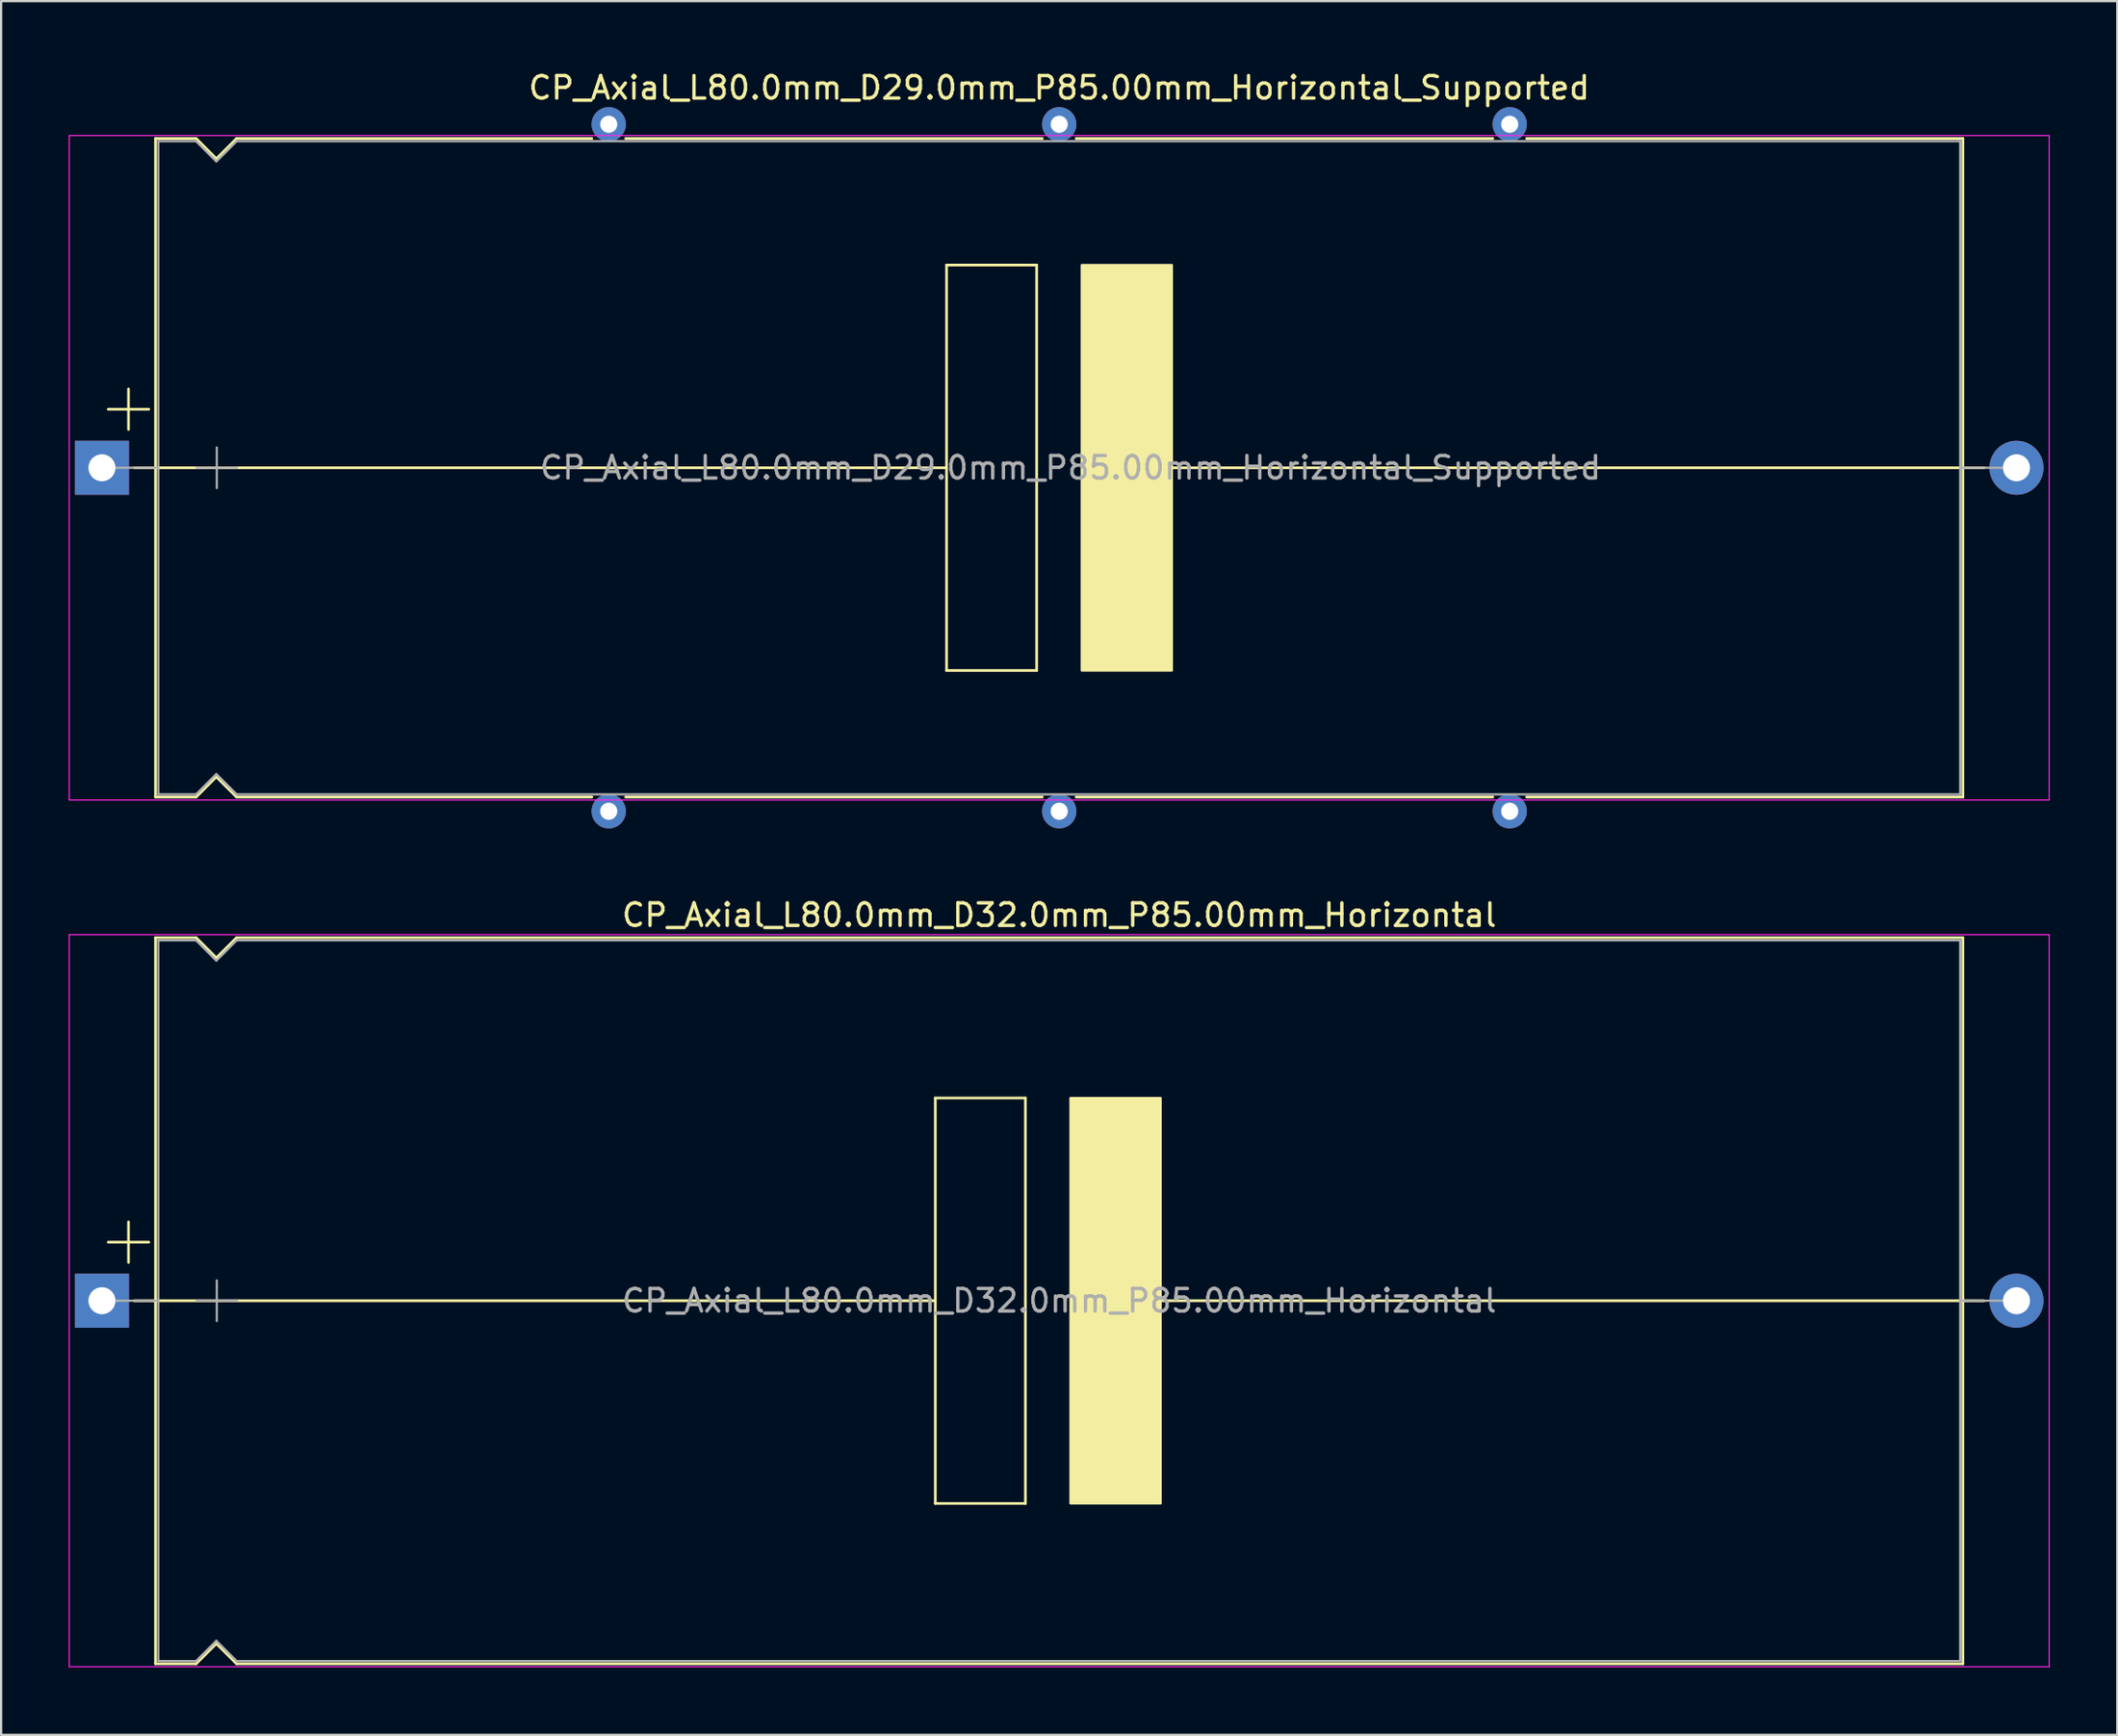
<source format=kicad_pcb>
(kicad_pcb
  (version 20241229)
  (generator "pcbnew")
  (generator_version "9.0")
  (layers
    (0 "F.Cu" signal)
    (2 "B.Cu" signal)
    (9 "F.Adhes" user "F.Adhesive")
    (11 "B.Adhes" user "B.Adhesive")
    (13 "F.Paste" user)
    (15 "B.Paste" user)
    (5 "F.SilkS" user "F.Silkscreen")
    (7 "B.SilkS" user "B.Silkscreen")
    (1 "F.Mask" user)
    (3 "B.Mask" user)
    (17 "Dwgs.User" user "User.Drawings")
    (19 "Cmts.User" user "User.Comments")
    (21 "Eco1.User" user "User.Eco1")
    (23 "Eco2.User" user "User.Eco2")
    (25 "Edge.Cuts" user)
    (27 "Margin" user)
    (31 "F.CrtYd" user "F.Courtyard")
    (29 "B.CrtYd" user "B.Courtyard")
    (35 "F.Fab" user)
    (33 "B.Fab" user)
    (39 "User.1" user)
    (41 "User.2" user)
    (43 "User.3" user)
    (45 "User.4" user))
  (footprint "CP_Axial_L80.0mm_D29.0mm_P85.00mm_Horizontal_Supported"
    (layer "F.Cu")
    (at 1.475 17.718)
    (property "Reference" "CP_Axial_L80.0mm_D29.0mm_P85.00mm_Horizontal_Supported" (at 42.5 -16.87 0) (layer "F.SilkS") (effects (font (size 1 1) (thickness 0.15))))
    (attr through_hole)
    (fp_line (start 0.28 -2.6) (end 2.08 -2.6) (stroke (width 0.12) (type solid)) (layer "F.SilkS"))
    (fp_line (start 1.18 -3.5) (end 1.18 -1.7) (stroke (width 0.12) (type solid)) (layer "F.SilkS"))
    (fp_line (start 1.44 0) (end 2.38 0) (stroke (width 0.12) (type solid)) (layer "F.SilkS"))
    (fp_line (start 2.38 -14.62) (end 2.38 14.62) (stroke (width 0.12) (type solid)) (layer "F.SilkS"))
    (fp_line (start 2.38 -14.62) (end 4.18 -14.62) (stroke (width 0.12) (type solid)) (layer "F.SilkS"))
    (fp_line (start 2.38 0) (end 37.5 0) (stroke (width 0.12) (type solid)) (layer "F.SilkS"))
    (fp_line (start 2.38 14.62) (end 4.18 14.62) (stroke (width 0.12) (type solid)) (layer "F.SilkS"))
    (fp_line (start 4.18 -14.62) (end 5.08 -13.72) (stroke (width 0.12) (type solid)) (layer "F.SilkS"))
    (fp_line (start 4.18 14.62) (end 5.08 13.72) (stroke (width 0.12) (type solid)) (layer "F.SilkS"))
    (fp_line (start 5.08 -13.72) (end 5.98 -14.62) (stroke (width 0.12) (type solid)) (layer "F.SilkS"))
    (fp_line (start 5.08 13.72) (end 5.98 14.62) (stroke (width 0.12) (type solid)) (layer "F.SilkS"))
    (fp_line (start 5.98 -14.62) (end 21.75 -14.62) (stroke (width 0.12) (type solid)) (layer "F.SilkS"))
    (fp_line (start 5.98 14.62) (end 21.75 14.62) (stroke (width 0.12) (type solid)) (layer "F.SilkS"))
    (fp_line (start 23.25 -14.62) (end 41.75 -14.62) (stroke (width 0.12) (type solid)) (layer "F.SilkS"))
    (fp_line (start 23.25 14.62) (end 41.75 14.62) (stroke (width 0.12) (type solid)) (layer "F.SilkS"))
    (fp_line (start 37.5 -9) (end 41.5 -9) (stroke (width 0.12) (type solid)) (layer "F.SilkS"))
    (fp_line (start 37.5 9) (end 37.5 -9) (stroke (width 0.12) (type solid)) (layer "F.SilkS"))
    (fp_line (start 41.5 -9) (end 41.5 9) (stroke (width 0.12) (type solid)) (layer "F.SilkS"))
    (fp_line (start 41.5 9) (end 37.5 9) (stroke (width 0.12) (type solid)) (layer "F.SilkS"))
    (fp_line (start 43.25 -14.62) (end 61.75 -14.62) (stroke (width 0.12) (type solid)) (layer "F.SilkS"))
    (fp_line (start 43.25 14.62) (end 61.75 14.62) (stroke (width 0.12) (type solid)) (layer "F.SilkS"))
    (fp_line (start 47 0) (end 82.62 0) (stroke (width 0.12) (type solid)) (layer "F.SilkS"))
    (fp_line (start 63.25 -14.62) (end 82.62 -14.62) (stroke (width 0.12) (type solid)) (layer "F.SilkS"))
    (fp_line (start 63.25 14.62) (end 82.62 14.62) (stroke (width 0.12) (type solid)) (layer "F.SilkS"))
    (fp_line (start 82.62 -14.62) (end 82.62 14.62) (stroke (width 0.12) (type solid)) (layer "F.SilkS"))
    (fp_line (start 83.56 0) (end 82.62 0) (stroke (width 0.12) (type solid)) (layer "F.SilkS"))
    (fp_poly (pts (xy 47.5 9) (xy 43.5 9) (xy 43.5 -9) (xy 47.5 -9)) (stroke (width 0.1) (type solid)) (fill yes) (layer "F.SilkS"))
    (fp_line (start -1.45 -14.75) (end -1.45 14.75) (stroke (width 0.05) (type solid)) (layer "F.CrtYd"))
    (fp_line (start -1.45 14.75) (end 86.45 14.75) (stroke (width 0.05) (type solid)) (layer "F.CrtYd"))
    (fp_line (start 86.45 -14.75) (end -1.45 -14.75) (stroke (width 0.05) (type solid)) (layer "F.CrtYd"))
    (fp_line (start 86.45 14.75) (end 86.45 -14.75) (stroke (width 0.05) (type solid)) (layer "F.CrtYd"))
    (fp_line (start 0 0) (end 2.5 0) (stroke (width 0.1) (type solid)) (layer "F.Fab"))
    (fp_line (start 2.5 -14.5) (end 2.5 14.5) (stroke (width 0.1) (type solid)) (layer "F.Fab"))
    (fp_line (start 2.5 -14.5) (end 4.18 -14.5) (stroke (width 0.1) (type solid)) (layer "F.Fab"))
    (fp_line (start 2.5 14.5) (end 4.18 14.5) (stroke (width 0.1) (type solid)) (layer "F.Fab"))
    (fp_line (start 4.18 -14.5) (end 5.08 -13.6) (stroke (width 0.1) (type solid)) (layer "F.Fab"))
    (fp_line (start 4.18 14.5) (end 5.08 13.6) (stroke (width 0.1) (type solid)) (layer "F.Fab"))
    (fp_line (start 4.2 0) (end 6 0) (stroke (width 0.1) (type solid)) (layer "F.Fab"))
    (fp_line (start 5.08 -13.6) (end 5.98 -14.5) (stroke (width 0.1) (type solid)) (layer "F.Fab"))
    (fp_line (start 5.08 13.6) (end 5.98 14.5) (stroke (width 0.1) (type solid)) (layer "F.Fab"))
    (fp_line (start 5.1 -0.9) (end 5.1 0.9) (stroke (width 0.1) (type solid)) (layer "F.Fab"))
    (fp_line (start 5.98 -14.5) (end 82.5 -14.5) (stroke (width 0.1) (type solid)) (layer "F.Fab"))
    (fp_line (start 5.98 14.5) (end 82.5 14.5) (stroke (width 0.1) (type solid)) (layer "F.Fab"))
    (fp_line (start 82.5 -14.5) (end 82.5 14.5) (stroke (width 0.1) (type solid)) (layer "F.Fab"))
    (fp_line (start 85 0) (end 82.5 0) (stroke (width 0.1) (type solid)) (layer "F.Fab"))
    (fp_text user "${REFERENCE}" (at 43 0 0) (layer "F.Fab") (effects (font (size 1 1) (thickness 0.15))))
    (pad "" thru_hole circle (at 22.5 -15.25) (size 1.524 1.524) (drill 0.762) (layers "*.Cu" "*.Mask"))
    (pad "" thru_hole circle (at 22.5 15.25) (size 1.524 1.524) (drill 0.762) (layers "*.Cu" "*.Mask"))
    (pad "" thru_hole circle (at 42.5 -15.25) (size 1.524 1.524) (drill 0.762) (layers "*.Cu" "*.Mask"))
    (pad "" thru_hole circle (at 42.5 15.25) (size 1.524 1.524) (drill 0.762) (layers "*.Cu" "*.Mask"))
    (pad "" thru_hole circle (at 62.5 -15.25) (size 1.524 1.524) (drill 0.762) (layers "*.Cu" "*.Mask"))
    (pad "" thru_hole circle (at 62.5 15.25) (size 1.524 1.524) (drill 0.762) (layers "*.Cu" "*.Mask"))
    (pad "1" thru_hole rect (at 0 0) (size 2.4 2.4) (drill 1.2) (layers "*.Cu" "*.Mask"))
    (pad "2" thru_hole oval (at 85 0) (size 2.4 2.4) (drill 1.2) (layers "*.Cu" "*.Mask")))
  (footprint "CP_Axial_L80.0mm_D32.0mm_P85.00mm_Horizontal"
    (layer "F.Cu")
    (at 1.475 54.699)
    (property "Reference" "CP_Axial_L80.0mm_D32.0mm_P85.00mm_Horizontal" (at 42.5 -17.12 0) (layer "F.SilkS") (effects (font (size 1 1) (thickness 0.15))))
    (attr through_hole)
    (fp_line (start 0.28 -2.6) (end 2.08 -2.6) (stroke (width 0.12) (type solid)) (layer "F.SilkS"))
    (fp_line (start 1.18 -3.5) (end 1.18 -1.7) (stroke (width 0.12) (type solid)) (layer "F.SilkS"))
    (fp_line (start 1.44 0) (end 2.38 0) (stroke (width 0.12) (type solid)) (layer "F.SilkS"))
    (fp_line (start 2.38 -16.12) (end 2.38 16.12) (stroke (width 0.12) (type solid)) (layer "F.SilkS"))
    (fp_line (start 2.38 -16.12) (end 4.18 -16.12) (stroke (width 0.12) (type solid)) (layer "F.SilkS"))
    (fp_line (start 2.38 0) (end 37 0) (stroke (width 0.12) (type solid)) (layer "F.SilkS"))
    (fp_line (start 2.38 16.12) (end 4.18 16.12) (stroke (width 0.12) (type solid)) (layer "F.SilkS"))
    (fp_line (start 4.18 -16.12) (end 5.08 -15.22) (stroke (width 0.12) (type solid)) (layer "F.SilkS"))
    (fp_line (start 4.18 16.12) (end 5.08 15.22) (stroke (width 0.12) (type solid)) (layer "F.SilkS"))
    (fp_line (start 5.08 -15.22) (end 5.98 -16.12) (stroke (width 0.12) (type solid)) (layer "F.SilkS"))
    (fp_line (start 5.08 15.22) (end 5.98 16.12) (stroke (width 0.12) (type solid)) (layer "F.SilkS"))
    (fp_line (start 5.98 -16.12) (end 82.62 -16.12) (stroke (width 0.12) (type solid)) (layer "F.SilkS"))
    (fp_line (start 5.98 16.12) (end 82.62 16.12) (stroke (width 0.12) (type solid)) (layer "F.SilkS"))
    (fp_line (start 37 -9) (end 41 -9) (stroke (width 0.12) (type solid)) (layer "F.SilkS"))
    (fp_line (start 37 9) (end 37 -9) (stroke (width 0.12) (type solid)) (layer "F.SilkS"))
    (fp_line (start 41 -9) (end 41 9) (stroke (width 0.12) (type solid)) (layer "F.SilkS"))
    (fp_line (start 41 9) (end 37 9) (stroke (width 0.12) (type solid)) (layer "F.SilkS"))
    (fp_line (start 47 0) (end 82.62 0) (stroke (width 0.12) (type solid)) (layer "F.SilkS"))
    (fp_line (start 82.62 -16.12) (end 82.62 16.12) (stroke (width 0.12) (type solid)) (layer "F.SilkS"))
    (fp_line (start 83.56 0) (end 82.62 0) (stroke (width 0.12) (type solid)) (layer "F.SilkS"))
    (fp_poly (pts (xy 47 9) (xy 43 9) (xy 43 -9) (xy 47 -9)) (stroke (width 0.1) (type solid)) (fill yes) (layer "F.SilkS"))
    (fp_line (start -1.45 -16.25) (end -1.45 16.25) (stroke (width 0.05) (type solid)) (layer "F.CrtYd"))
    (fp_line (start -1.45 16.25) (end 86.45 16.25) (stroke (width 0.05) (type solid)) (layer "F.CrtYd"))
    (fp_line (start 86.45 -16.25) (end -1.45 -16.25) (stroke (width 0.05) (type solid)) (layer "F.CrtYd"))
    (fp_line (start 86.45 16.25) (end 86.45 -16.25) (stroke (width 0.05) (type solid)) (layer "F.CrtYd"))
    (fp_line (start 0 0) (end 2.5 0) (stroke (width 0.1) (type solid)) (layer "F.Fab"))
    (fp_line (start 2.5 -16) (end 2.5 16) (stroke (width 0.1) (type solid)) (layer "F.Fab"))
    (fp_line (start 2.5 -16) (end 4.18 -16) (stroke (width 0.1) (type solid)) (layer "F.Fab"))
    (fp_line (start 2.5 16) (end 4.18 16) (stroke (width 0.1) (type solid)) (layer "F.Fab"))
    (fp_line (start 4.18 -16) (end 5.08 -15.1) (stroke (width 0.1) (type solid)) (layer "F.Fab"))
    (fp_line (start 4.18 16) (end 5.08 15.1) (stroke (width 0.1) (type solid)) (layer "F.Fab"))
    (fp_line (start 4.2 0) (end 6 0) (stroke (width 0.1) (type solid)) (layer "F.Fab"))
    (fp_line (start 5.08 -15.1) (end 5.98 -16) (stroke (width 0.1) (type solid)) (layer "F.Fab"))
    (fp_line (start 5.08 15.1) (end 5.98 16) (stroke (width 0.1) (type solid)) (layer "F.Fab"))
    (fp_line (start 5.1 -0.9) (end 5.1 0.9) (stroke (width 0.1) (type solid)) (layer "F.Fab"))
    (fp_line (start 5.98 -16) (end 82.5 -16) (stroke (width 0.1) (type solid)) (layer "F.Fab"))
    (fp_line (start 5.98 16) (end 82.5 16) (stroke (width 0.1) (type solid)) (layer "F.Fab"))
    (fp_line (start 82.5 -16) (end 82.5 16) (stroke (width 0.1) (type solid)) (layer "F.Fab"))
    (fp_line (start 85 0) (end 82.5 0) (stroke (width 0.1) (type solid)) (layer "F.Fab"))
    (fp_text user "${REFERENCE}" (at 42.5 0 0) (layer "F.Fab") (effects (font (size 1 1) (thickness 0.15))))
    (pad "1" thru_hole rect (at 0 0) (size 2.4 2.4) (drill 1.2) (layers "*.Cu" "*.Mask"))
    (pad "2" thru_hole oval (at 85 0) (size 2.4 2.4) (drill 1.2) (layers "*.Cu" "*.Mask")))
  (gr_rect
    (start -3 -3)
    (end 90.95 73.974)
    (stroke (width 0.1) (type default))
    (fill no)
    (layer "Edge.Cuts")))
</source>
